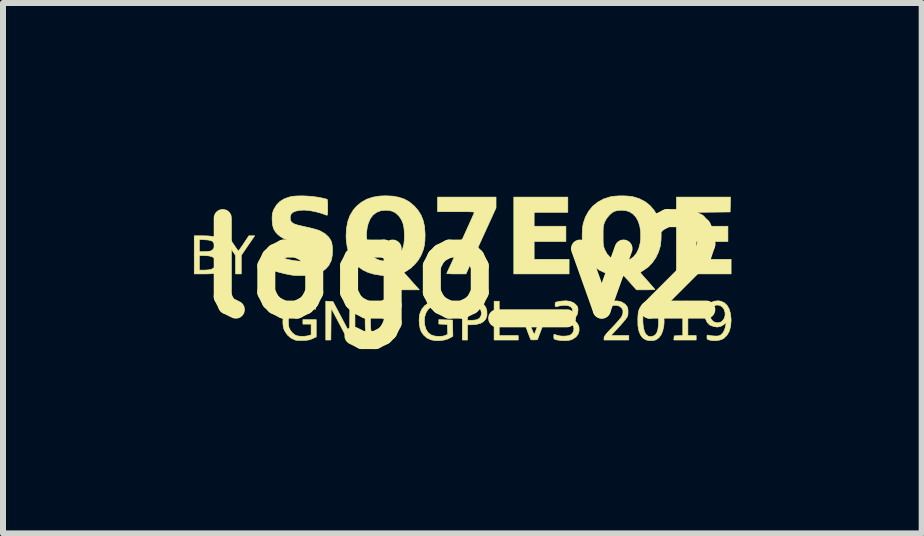
<source format=kicad_pcb>
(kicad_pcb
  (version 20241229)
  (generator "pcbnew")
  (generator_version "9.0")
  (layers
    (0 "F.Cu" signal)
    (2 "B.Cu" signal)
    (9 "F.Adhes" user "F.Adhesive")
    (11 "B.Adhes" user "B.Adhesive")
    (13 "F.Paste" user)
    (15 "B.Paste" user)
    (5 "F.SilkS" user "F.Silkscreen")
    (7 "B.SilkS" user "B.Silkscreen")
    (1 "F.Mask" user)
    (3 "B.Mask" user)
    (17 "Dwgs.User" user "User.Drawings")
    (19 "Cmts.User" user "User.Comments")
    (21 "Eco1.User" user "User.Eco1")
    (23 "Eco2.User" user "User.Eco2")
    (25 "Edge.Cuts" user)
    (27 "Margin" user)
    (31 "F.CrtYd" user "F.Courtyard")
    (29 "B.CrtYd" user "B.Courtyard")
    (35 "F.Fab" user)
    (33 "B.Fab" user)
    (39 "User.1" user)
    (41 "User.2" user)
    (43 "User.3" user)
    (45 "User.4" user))
  (footprint "logo_v2"
    (layer "F.Cu")
    (at 4.652 1.418)
    (property "Reference" "logo_v2" (at 0 0 0) (layer "F.SilkS") (effects (font (size 1.524 1.524) (thickness 0.3))))
    (attr through_hole)
    (fp_poly (pts (xy 0.614 1.122) (xy 0.931 1.122) (xy 0.931 1.196) (xy 0.529 1.196) (xy 0.529 0.55) (xy 0.614 0.55) (xy 0.614 1.122)) (stroke (width 0.01) (type solid)) (fill yes) (layer "F.SilkS"))
    (fp_poly (pts (xy 1.757 -0.931) (xy 1.196 -0.931) (xy 1.196 -0.699) (xy 1.725 -0.699) (xy 1.725 -0.445) (xy 1.196 -0.445) (xy 1.196 -0.148) (xy 1.778 -0.148) (xy 1.778 0.095) (xy 0.857 0.095) (xy 0.857 -1.185) (xy 1.757 -1.185) (xy 1.757 -0.931)) (stroke (width 0.01) (type solid)) (fill yes) (layer "F.SilkS"))
    (fp_poly (pts (xy 4.464 -1.061) (xy 4.461 -0.937) (xy 4.178 -0.934) (xy 3.895 -0.931) (xy 3.895 -0.699) (xy 4.424 -0.699) (xy 4.424 -0.445) (xy 3.895 -0.445) (xy 3.895 -0.148) (xy 4.477 -0.148) (xy 4.477 0.095) (xy 3.567 0.095) (xy 3.567 -1.185) (xy 4.467 -1.185) (xy 4.464 -1.061)) (stroke (width 0.01) (type solid)) (fill yes) (layer "F.SilkS"))
    (fp_poly (pts (xy -2.155 0.556) (xy -2.017 0.817) (xy -1.879 1.078) (xy -1.876 0.814) (xy -1.873 0.55) (xy -1.789 0.55) (xy -1.789 1.197) (xy -1.848 1.194) (xy -1.907 1.191) (xy -2.046 0.928) (xy -2.185 0.666) (xy -2.188 0.931) (xy -2.191 1.196) (xy -2.275 1.196) (xy -2.275 0.549) (xy -2.155 0.556)) (stroke (width 0.01) (type solid)) (fill yes) (layer "F.SilkS"))
    (fp_poly (pts (xy -3.821 -0.413) (xy -3.79 -0.368) (xy -3.764 -0.33) (xy -3.744 -0.302) (xy -3.732 -0.287) (xy -3.731 -0.286) (xy -3.723 -0.294) (xy -3.707 -0.317) (xy -3.683 -0.351) (xy -3.653 -0.394) (xy -3.641 -0.413) (xy -3.556 -0.54) (xy -3.46 -0.54) (xy -3.572 -0.377) (xy -3.683 -0.214) (xy -3.683 0.095) (xy -3.778 0.095) (xy -3.778 -0.213) (xy -3.888 -0.376) (xy -3.998 -0.54) (xy -3.906 -0.54) (xy -3.821 -0.413)) (stroke (width 0.01) (type solid)) (fill yes) (layer "F.SilkS"))
    (fp_poly (pts (xy 3.757 0.55) (xy 3.757 1.122) (xy 3.895 1.122) (xy 3.895 1.196) (xy 3.523 1.196) (xy 3.526 1.162) (xy 3.53 1.127) (xy 3.601 1.124) (xy 3.672 1.121) (xy 3.672 0.878) (xy 3.672 0.809) (xy 3.671 0.747) (xy 3.67 0.697) (xy 3.668 0.659) (xy 3.666 0.639) (xy 3.664 0.635) (xy 3.651 0.638) (xy 3.623 0.643) (xy 3.591 0.65) (xy 3.556 0.656) (xy 3.53 0.659) (xy 3.519 0.658) (xy 3.515 0.645) (xy 3.514 0.62) (xy 3.514 0.619) (xy 3.514 0.585) (xy 3.601 0.568) (xy 3.646 0.559) (xy 3.688 0.553) (xy 3.718 0.55) (xy 3.723 0.55) (xy 3.757 0.55)) (stroke (width 0.01) (type solid)) (fill yes) (layer "F.SilkS"))
    (fp_poly (pts (xy 0.135 0.553) (xy 0.206 0.557) (xy 0.262 0.563) (xy 0.3 0.571) (xy 0.307 0.574) (xy 0.356 0.605) (xy 0.39 0.651) (xy 0.408 0.708) (xy 0.41 0.776) (xy 0.408 0.792) (xy 0.39 0.845) (xy 0.355 0.887) (xy 0.302 0.918) (xy 0.233 0.936) (xy 0.148 0.942) (xy 0.085 0.942) (xy 0.085 1.196) (xy 0 1.196) (xy 0 0.868) (xy 0.085 0.868) (xy 0.155 0.868) (xy 0.202 0.865) (xy 0.243 0.857) (xy 0.259 0.851) (xy 0.293 0.825) (xy 0.313 0.787) (xy 0.319 0.743) (xy 0.308 0.699) (xy 0.287 0.664) (xy 0.27 0.647) (xy 0.254 0.637) (xy 0.232 0.631) (xy 0.199 0.628) (xy 0.17 0.626) (xy 0.085 0.622) (xy 0.085 0.868) (xy 0 0.868) (xy 0 0.548) (xy 0.135 0.553)) (stroke (width 0.01) (type solid)) (fill yes) (layer "F.SilkS"))
    (fp_poly (pts (xy 0.561 -1.005) (xy 0.31 -0.455) (xy 0.06 0.095) (xy -0.103 0.095) (xy -0.158 0.095) (xy -0.205 0.093) (xy -0.24 0.091) (xy -0.258 0.089) (xy -0.261 0.087) (xy -0.255 0.075) (xy -0.241 0.045) (xy -0.221 0.001) (xy -0.194 -0.055) (xy -0.164 -0.122) (xy -0.13 -0.198) (xy -0.093 -0.279) (xy -0.054 -0.363) (xy -0.015 -0.449) (xy 0.024 -0.535) (xy 0.061 -0.617) (xy 0.096 -0.694) (xy 0.127 -0.763) (xy 0.154 -0.823) (xy 0.175 -0.871) (xy 0.19 -0.905) (xy 0.198 -0.922) (xy 0.198 -0.923) (xy 0.199 -0.929) (xy 0.195 -0.933) (xy 0.185 -0.936) (xy 0.166 -0.938) (xy 0.137 -0.94) (xy 0.095 -0.941) (xy 0.037 -0.942) (xy -0.037 -0.942) (xy -0.105 -0.942) (xy -0.413 -0.942) (xy -0.413 -1.185) (xy 0.561 -1.185) (xy 0.561 -1.005)) (stroke (width 0.01) (type solid)) (fill yes) (layer "F.SilkS"))
    (fp_poly (pts (xy 1.413 0.759) (xy 1.405 0.781) (xy 1.39 0.82) (xy 1.371 0.87) (xy 1.349 0.929) (xy 1.325 0.992) (xy 1.324 0.995) (xy 1.251 1.191) (xy 1.198 1.194) (xy 1.166 1.194) (xy 1.145 1.191) (xy 1.139 1.188) (xy 1.134 1.176) (xy 1.123 1.147) (xy 1.106 1.104) (xy 1.086 1.051) (xy 1.063 0.989) (xy 1.055 0.968) (xy 1.031 0.904) (xy 1.009 0.846) (xy 0.991 0.798) (xy 0.977 0.762) (xy 0.969 0.741) (xy 0.968 0.738) (xy 0.966 0.726) (xy 0.977 0.721) (xy 1.003 0.72) (xy 1.045 0.72) (xy 1.12 0.918) (xy 1.146 0.988) (xy 1.167 1.039) (xy 1.182 1.073) (xy 1.192 1.093) (xy 1.199 1.099) (xy 1.203 1.095) (xy 1.209 1.079) (xy 1.221 1.046) (xy 1.238 1.001) (xy 1.259 0.947) (xy 1.276 0.9) (xy 1.342 0.725) (xy 1.385 0.722) (xy 1.429 0.718) (xy 1.413 0.759)) (stroke (width 0.01) (type solid)) (fill yes) (layer "F.SilkS"))
    (fp_poly (pts (xy 2.647 0.56) (xy 2.703 0.593) (xy 2.719 0.608) (xy 2.741 0.634) (xy 2.753 0.659) (xy 2.759 0.694) (xy 2.76 0.707) (xy 2.759 0.766) (xy 2.749 0.806) (xy 2.736 0.826) (xy 2.712 0.858) (xy 2.679 0.898) (xy 2.639 0.944) (xy 2.604 0.983) (xy 2.475 1.122) (xy 2.773 1.122) (xy 2.773 1.196) (xy 2.36 1.196) (xy 2.36 1.163) (xy 2.362 1.149) (xy 2.37 1.133) (xy 2.384 1.112) (xy 2.408 1.083) (xy 2.443 1.044) (xy 2.491 0.994) (xy 2.498 0.986) (xy 2.544 0.938) (xy 2.585 0.892) (xy 2.62 0.852) (xy 2.645 0.82) (xy 2.657 0.802) (xy 2.675 0.75) (xy 2.675 0.703) (xy 2.656 0.664) (xy 2.619 0.634) (xy 2.608 0.629) (xy 2.57 0.618) (xy 2.529 0.617) (xy 2.481 0.626) (xy 2.422 0.647) (xy 2.389 0.661) (xy 2.377 0.663) (xy 2.372 0.653) (xy 2.371 0.627) (xy 2.371 0.626) (xy 2.372 0.601) (xy 2.379 0.586) (xy 2.397 0.576) (xy 2.421 0.567) (xy 2.505 0.547) (xy 2.581 0.545) (xy 2.647 0.56)) (stroke (width 0.01) (type solid)) (fill yes) (layer "F.SilkS"))
    (fp_poly (pts (xy -1.533 0.797) (xy -1.531 0.881) (xy -1.529 0.947) (xy -1.527 0.998) (xy -1.522 1.035) (xy -1.515 1.063) (xy -1.505 1.083) (xy -1.492 1.098) (xy -1.475 1.112) (xy -1.464 1.119) (xy -1.428 1.132) (xy -1.383 1.137) (xy -1.336 1.134) (xy -1.296 1.122) (xy -1.283 1.115) (xy -1.265 1.1) (xy -1.25 1.084) (xy -1.24 1.065) (xy -1.232 1.039) (xy -1.227 1.003) (xy -1.223 0.956) (xy -1.221 0.893) (xy -1.219 0.813) (xy -1.219 0.791) (xy -1.216 0.55) (xy -1.132 0.55) (xy -1.132 0.781) (xy -1.133 0.857) (xy -1.135 0.926) (xy -1.137 0.983) (xy -1.14 1.027) (xy -1.144 1.052) (xy -1.144 1.053) (xy -1.169 1.111) (xy -1.209 1.158) (xy -1.253 1.186) (xy -1.3 1.2) (xy -1.358 1.206) (xy -1.418 1.205) (xy -1.472 1.195) (xy -1.498 1.186) (xy -1.551 1.152) (xy -1.589 1.105) (xy -1.603 1.077) (xy -1.608 1.06) (xy -1.613 1.036) (xy -1.616 1.003) (xy -1.618 0.959) (xy -1.619 0.899) (xy -1.619 0.823) (xy -1.619 0.794) (xy -1.619 0.55) (xy -1.536 0.55) (xy -1.533 0.797)) (stroke (width 0.01) (type solid)) (fill yes) (layer "F.SilkS"))
    (fp_poly (pts (xy -0.336 0.549) (xy -0.328 0.55) (xy -0.284 0.56) (xy -0.243 0.573) (xy -0.22 0.583) (xy -0.194 0.598) (xy -0.183 0.615) (xy -0.18 0.641) (xy -0.18 0.646) (xy -0.181 0.675) (xy -0.188 0.686) (xy -0.203 0.679) (xy -0.219 0.667) (xy -0.267 0.64) (xy -0.327 0.623) (xy -0.393 0.615) (xy -0.456 0.62) (xy -0.479 0.625) (xy -0.532 0.65) (xy -0.576 0.692) (xy -0.608 0.747) (xy -0.628 0.812) (xy -0.633 0.885) (xy -0.625 0.955) (xy -0.603 1.023) (xy -0.568 1.075) (xy -0.52 1.111) (xy -0.458 1.131) (xy -0.392 1.136) (xy -0.327 1.132) (xy -0.283 1.12) (xy -0.277 1.117) (xy -0.243 1.1) (xy -0.249 0.937) (xy -0.32 0.933) (xy -0.392 0.93) (xy -0.392 0.857) (xy -0.164 0.863) (xy -0.158 1.131) (xy -0.188 1.151) (xy -0.24 1.178) (xy -0.306 1.197) (xy -0.379 1.206) (xy -0.453 1.205) (xy -0.521 1.193) (xy -0.529 1.19) (xy -0.592 1.16) (xy -0.645 1.113) (xy -0.685 1.055) (xy -0.704 1.001) (xy -0.716 0.935) (xy -0.72 0.864) (xy -0.715 0.795) (xy -0.705 0.749) (xy -0.675 0.682) (xy -0.629 0.626) (xy -0.57 0.584) (xy -0.5 0.556) (xy -0.421 0.544) (xy -0.336 0.549)) (stroke (width 0.01) (type solid)) (fill yes) (layer "F.SilkS"))
    (fp_poly (pts (xy -4.321 -0.54) (xy -4.243 -0.538) (xy -4.184 -0.533) (xy -4.138 -0.523) (xy -4.105 -0.507) (xy -4.08 -0.485) (xy -4.064 -0.464) (xy -4.046 -0.419) (xy -4.043 -0.371) (xy -4.052 -0.325) (xy -4.074 -0.287) (xy -4.105 -0.264) (xy -4.136 -0.25) (xy -4.091 -0.221) (xy -4.05 -0.184) (xy -4.024 -0.138) (xy -4.015 -0.087) (xy -4.02 -0.035) (xy -4.04 0.013) (xy -4.074 0.053) (xy -4.109 0.074) (xy -4.131 0.083) (xy -4.155 0.088) (xy -4.187 0.092) (xy -4.23 0.094) (xy -4.289 0.095) (xy -4.31 0.095) (xy -4.466 0.095) (xy -4.466 0.032) (xy -4.381 0.032) (xy -4.305 0.032) (xy -4.26 0.03) (xy -4.218 0.026) (xy -4.189 0.021) (xy -4.145 -0.000118) (xy -4.118 -0.033) (xy -4.108 -0.079) (xy -4.109 -0.099) (xy -4.118 -0.14) (xy -4.137 -0.17) (xy -4.168 -0.191) (xy -4.214 -0.204) (xy -4.277 -0.21) (xy -4.315 -0.211) (xy -4.381 -0.212) (xy -4.381 0.032) (xy -4.466 0.032) (xy -4.466 -0.275) (xy -4.381 -0.275) (xy -4.302 -0.275) (xy -4.254 -0.277) (xy -4.211 -0.283) (xy -4.185 -0.29) (xy -4.15 -0.315) (xy -4.132 -0.35) (xy -4.132 -0.396) (xy -4.142 -0.426) (xy -4.16 -0.447) (xy -4.191 -0.461) (xy -4.236 -0.47) (xy -4.286 -0.474) (xy -4.381 -0.479) (xy -4.381 -0.275) (xy -4.466 -0.275) (xy -4.466 -0.54) (xy -4.321 -0.54)) (stroke (width 0.01) (type solid)) (fill yes) (layer "F.SilkS"))
    (fp_poly (pts (xy 3.217 0.558) (xy 3.264 0.583) (xy 3.264 0.583) (xy 3.298 0.622) (xy 3.326 0.677) (xy 3.346 0.744) (xy 3.358 0.819) (xy 3.361 0.898) (xy 3.356 0.958) (xy 3.339 1.04) (xy 3.313 1.105) (xy 3.277 1.154) (xy 3.231 1.189) (xy 3.226 1.192) (xy 3.192 1.202) (xy 3.146 1.206) (xy 3.099 1.203) (xy 3.058 1.194) (xy 3.052 1.191) (xy 3.004 1.159) (xy 2.966 1.109) (xy 2.94 1.041) (xy 2.925 0.957) (xy 2.924 0.893) (xy 3.007 0.893) (xy 3.008 0.912) (xy 3.017 0.994) (xy 3.035 1.059) (xy 3.061 1.105) (xy 3.096 1.132) (xy 3.139 1.14) (xy 3.153 1.138) (xy 3.186 1.128) (xy 3.214 1.11) (xy 3.24 1.074) (xy 3.257 1.023) (xy 3.267 0.955) (xy 3.269 0.868) (xy 3.268 0.848) (xy 3.262 0.767) (xy 3.25 0.705) (xy 3.23 0.66) (xy 3.203 0.631) (xy 3.167 0.617) (xy 3.14 0.614) (xy 3.108 0.618) (xy 3.081 0.633) (xy 3.064 0.649) (xy 3.036 0.687) (xy 3.018 0.74) (xy 3.008 0.807) (xy 3.007 0.893) (xy 2.924 0.893) (xy 2.923 0.856) (xy 2.923 0.844) (xy 2.926 0.788) (xy 2.93 0.747) (xy 2.936 0.716) (xy 2.946 0.687) (xy 2.957 0.663) (xy 2.995 0.605) (xy 3.043 0.566) (xy 3.101 0.545) (xy 3.107 0.545) (xy 3.162 0.544) (xy 3.217 0.558)) (stroke (width 0.01) (type solid)) (fill yes) (layer "F.SilkS"))
    (fp_poly (pts (xy -2.673 0.546) (xy -2.617 0.548) (xy -2.574 0.553) (xy -2.535 0.564) (xy -2.514 0.572) (xy -2.479 0.587) (xy -2.46 0.598) (xy -2.451 0.612) (xy -2.448 0.634) (xy -2.447 0.644) (xy -2.446 0.671) (xy -2.45 0.685) (xy -2.452 0.686) (xy -2.51 0.658) (xy -2.555 0.638) (xy -2.59 0.626) (xy -2.621 0.619) (xy -2.647 0.616) (xy -2.721 0.619) (xy -2.784 0.639) (xy -2.834 0.674) (xy -2.87 0.723) (xy -2.885 0.765) (xy -2.895 0.82) (xy -2.899 0.88) (xy -2.897 0.937) (xy -2.89 0.982) (xy -2.869 1.029) (xy -2.836 1.072) (xy -2.796 1.107) (xy -2.764 1.123) (xy -2.72 1.132) (xy -2.665 1.135) (xy -2.61 1.132) (xy -2.563 1.124) (xy -2.557 1.122) (xy -2.519 1.11) (xy -2.519 0.931) (xy -2.656 0.931) (xy -2.656 0.857) (xy -2.434 0.857) (xy -2.434 1.144) (xy -2.495 1.172) (xy -2.53 1.187) (xy -2.565 1.196) (xy -2.606 1.201) (xy -2.656 1.203) (xy -2.704 1.203) (xy -2.745 1.202) (xy -2.775 1.199) (xy -2.783 1.197) (xy -2.855 1.163) (xy -2.913 1.113) (xy -2.958 1.046) (xy -2.965 1.032) (xy -2.978 0.998) (xy -2.985 0.963) (xy -2.989 0.918) (xy -2.989 0.884) (xy -2.984 0.793) (xy -2.965 0.719) (xy -2.932 0.658) (xy -2.885 0.61) (xy -2.828 0.575) (xy -2.796 0.56) (xy -2.766 0.551) (xy -2.733 0.547) (xy -2.688 0.546) (xy -2.673 0.546)) (stroke (width 0.01) (type solid)) (fill yes) (layer "F.SilkS"))
    (fp_poly (pts (xy 4.308 0.55) (xy 4.364 0.576) (xy 4.41 0.619) (xy 4.444 0.679) (xy 4.466 0.754) (xy 4.476 0.843) (xy 4.477 0.869) (xy 4.469 0.965) (xy 4.448 1.046) (xy 4.412 1.111) (xy 4.362 1.162) (xy 4.33 1.182) (xy 4.283 1.198) (xy 4.225 1.206) (xy 4.164 1.205) (xy 4.109 1.195) (xy 4.086 1.185) (xy 4.076 1.17) (xy 4.075 1.147) (xy 4.076 1.122) (xy 4.082 1.114) (xy 4.098 1.116) (xy 4.098 1.116) (xy 4.121 1.121) (xy 4.157 1.126) (xy 4.196 1.129) (xy 4.239 1.13) (xy 4.269 1.127) (xy 4.292 1.119) (xy 4.305 1.112) (xy 4.339 1.08) (xy 4.366 1.031) (xy 4.385 0.97) (xy 4.388 0.952) (xy 4.396 0.905) (xy 4.361 0.934) (xy 4.332 0.954) (xy 4.304 0.968) (xy 4.299 0.969) (xy 4.273 0.975) (xy 4.259 0.979) (xy 4.235 0.979) (xy 4.2 0.973) (xy 4.161 0.962) (xy 4.128 0.949) (xy 4.116 0.941) (xy 4.079 0.903) (xy 4.054 0.851) (xy 4.041 0.792) (xy 4.041 0.763) (xy 4.128 0.763) (xy 4.132 0.811) (xy 4.144 0.847) (xy 4.173 0.882) (xy 4.213 0.904) (xy 4.258 0.91) (xy 4.302 0.899) (xy 4.328 0.883) (xy 4.359 0.843) (xy 4.376 0.794) (xy 4.377 0.742) (xy 4.363 0.691) (xy 4.334 0.648) (xy 4.293 0.621) (xy 4.248 0.612) (xy 4.205 0.62) (xy 4.166 0.646) (xy 4.143 0.677) (xy 4.132 0.716) (xy 4.128 0.763) (xy 4.041 0.763) (xy 4.042 0.729) (xy 4.056 0.669) (xy 4.064 0.651) (xy 4.098 0.604) (xy 4.146 0.569) (xy 4.203 0.548) (xy 4.266 0.543) (xy 4.308 0.55)) (stroke (width 0.01) (type solid)) (fill yes) (layer "F.SilkS"))
    (fp_poly (pts (xy 1.795 0.552) (xy 1.852 0.576) (xy 1.886 0.603) (xy 1.91 0.63) (xy 1.922 0.652) (xy 1.926 0.682) (xy 1.926 0.698) (xy 1.919 0.756) (xy 1.898 0.8) (xy 1.862 0.831) (xy 1.856 0.834) (xy 1.832 0.847) (xy 1.825 0.854) (xy 1.834 0.858) (xy 1.844 0.861) (xy 1.874 0.877) (xy 1.904 0.906) (xy 1.929 0.943) (xy 1.943 0.979) (xy 1.943 0.979) (xy 1.945 1.042) (xy 1.928 1.098) (xy 1.892 1.145) (xy 1.84 1.18) (xy 1.839 1.181) (xy 1.803 1.195) (xy 1.769 1.202) (xy 1.727 1.205) (xy 1.699 1.205) (xy 1.651 1.203) (xy 1.606 1.199) (xy 1.571 1.194) (xy 1.569 1.193) (xy 1.541 1.185) (xy 1.528 1.175) (xy 1.524 1.155) (xy 1.524 1.141) (xy 1.525 1.116) (xy 1.527 1.101) (xy 1.528 1.101) (xy 1.539 1.104) (xy 1.564 1.112) (xy 1.577 1.117) (xy 1.625 1.128) (xy 1.681 1.132) (xy 1.736 1.129) (xy 1.782 1.12) (xy 1.796 1.115) (xy 1.831 1.088) (xy 1.852 1.05) (xy 1.859 1.008) (xy 1.851 0.967) (xy 1.828 0.934) (xy 1.789 0.907) (xy 1.74 0.893) (xy 1.687 0.889) (xy 1.628 0.889) (xy 1.632 0.855) (xy 1.635 0.82) (xy 1.711 0.815) (xy 1.769 0.807) (xy 1.809 0.79) (xy 1.832 0.764) (xy 1.841 0.727) (xy 1.841 0.717) (xy 1.832 0.675) (xy 1.807 0.644) (xy 1.766 0.624) (xy 1.711 0.616) (xy 1.646 0.622) (xy 1.634 0.625) (xy 1.598 0.632) (xy 1.57 0.639) (xy 1.559 0.643) (xy 1.55 0.637) (xy 1.546 0.619) (xy 1.545 0.596) (xy 1.549 0.575) (xy 1.555 0.567) (xy 1.569 0.563) (xy 1.598 0.557) (xy 1.637 0.55) (xy 1.643 0.549) (xy 1.726 0.543) (xy 1.795 0.552)) (stroke (width 0.01) (type solid)) (fill yes) (layer "F.SilkS"))
    (fp_poly (pts (xy -1.163 -1.201) (xy -1.058 -1.182) (xy -0.966 -1.151) (xy -0.884 -1.105) (xy -0.809 -1.043) (xy -0.798 -1.033) (xy -0.735 -0.96) (xy -0.687 -0.882) (xy -0.653 -0.796) (xy -0.631 -0.699) (xy -0.622 -0.587) (xy -0.621 -0.545) (xy -0.624 -0.456) (xy -0.633 -0.38) (xy -0.65 -0.31) (xy -0.677 -0.24) (xy -0.694 -0.203) (xy -0.737 -0.132) (xy -0.794 -0.063) (xy -0.858 -0.003) (xy -0.919 0.039) (xy -0.975 0.071) (xy -0.872 0.186) (xy -0.833 0.23) (xy -0.797 0.27) (xy -0.767 0.304) (xy -0.746 0.326) (xy -0.742 0.331) (xy -0.716 0.36) (xy -1.033 0.36) (xy -1.238 0.13) (xy -1.354 0.118) (xy -1.469 0.1) (xy -1.569 0.071) (xy -1.656 0.03) (xy -1.732 -0.025) (xy -1.779 -0.072) (xy -1.842 -0.155) (xy -1.889 -0.25) (xy -1.919 -0.357) (xy -1.935 -0.478) (xy -1.935 -0.503) (xy -1.597 -0.503) (xy -1.586 -0.413) (xy -1.565 -0.331) (xy -1.535 -0.259) (xy -1.495 -0.201) (xy -1.471 -0.178) (xy -1.417 -0.146) (xy -1.351 -0.125) (xy -1.279 -0.117) (xy -1.208 -0.123) (xy -1.173 -0.133) (xy -1.11 -0.164) (xy -1.057 -0.213) (xy -1.019 -0.272) (xy -0.992 -0.333) (xy -0.974 -0.399) (xy -0.966 -0.475) (xy -0.965 -0.565) (xy -0.966 -0.585) (xy -0.972 -0.669) (xy -0.986 -0.738) (xy -1.008 -0.795) (xy -1.039 -0.846) (xy -1.064 -0.877) (xy -1.112 -0.921) (xy -1.164 -0.949) (xy -1.226 -0.963) (xy -1.275 -0.966) (xy -1.357 -0.958) (xy -1.428 -0.931) (xy -1.486 -0.888) (xy -1.533 -0.827) (xy -1.567 -0.748) (xy -1.583 -0.689) (xy -1.596 -0.596) (xy -1.597 -0.503) (xy -1.935 -0.503) (xy -1.937 -0.542) (xy -1.929 -0.669) (xy -1.907 -0.782) (xy -1.87 -0.882) (xy -1.816 -0.97) (xy -1.763 -1.032) (xy -1.683 -1.098) (xy -1.593 -1.149) (xy -1.492 -1.183) (xy -1.378 -1.202) (xy -1.283 -1.206) (xy -1.163 -1.201)) (stroke (width 0.01) (type solid)) (fill yes) (layer "F.SilkS"))
    (fp_poly (pts (xy 2.776 -1.2) (xy 2.841 -1.191) (xy 2.842 -1.191) (xy 2.949 -1.158) (xy 3.045 -1.108) (xy 3.128 -1.042) (xy 3.197 -0.961) (xy 3.251 -0.868) (xy 3.289 -0.762) (xy 3.296 -0.728) (xy 3.307 -0.651) (xy 3.312 -0.565) (xy 3.31 -0.477) (xy 3.302 -0.397) (xy 3.297 -0.365) (xy 3.267 -0.268) (xy 3.223 -0.176) (xy 3.165 -0.092) (xy 3.098 -0.022) (xy 3.022 0.032) (xy 3.021 0.033) (xy 2.991 0.051) (xy 2.97 0.064) (xy 2.963 0.071) (xy 2.97 0.08) (xy 2.989 0.103) (xy 3.017 0.135) (xy 3.052 0.176) (xy 3.085 0.212) (xy 3.125 0.257) (xy 3.159 0.296) (xy 3.186 0.327) (xy 3.202 0.347) (xy 3.207 0.354) (xy 3.197 0.356) (xy 3.169 0.358) (xy 3.128 0.359) (xy 3.077 0.36) (xy 3.054 0.36) (xy 2.901 0.36) (xy 2.798 0.244) (xy 2.695 0.129) (xy 2.604 0.121) (xy 2.483 0.105) (xy 2.377 0.076) (xy 2.285 0.034) (xy 2.205 -0.022) (xy 2.169 -0.056) (xy 2.108 -0.129) (xy 2.058 -0.217) (xy 2.021 -0.316) (xy 2.014 -0.339) (xy 2.004 -0.396) (xy 1.998 -0.467) (xy 1.996 -0.54) (xy 2.345 -0.54) (xy 2.345 -0.475) (xy 2.346 -0.426) (xy 2.349 -0.391) (xy 2.354 -0.362) (xy 2.361 -0.338) (xy 2.368 -0.317) (xy 2.408 -0.241) (xy 2.461 -0.182) (xy 2.526 -0.14) (xy 2.561 -0.126) (xy 2.599 -0.119) (xy 2.649 -0.119) (xy 2.702 -0.124) (xy 2.752 -0.133) (xy 2.789 -0.146) (xy 2.79 -0.146) (xy 2.852 -0.189) (xy 2.901 -0.249) (xy 2.938 -0.325) (xy 2.962 -0.416) (xy 2.971 -0.493) (xy 2.971 -0.6) (xy 2.957 -0.697) (xy 2.931 -0.78) (xy 2.892 -0.85) (xy 2.841 -0.905) (xy 2.781 -0.942) (xy 2.721 -0.96) (xy 2.653 -0.966) (xy 2.586 -0.962) (xy 2.532 -0.947) (xy 2.488 -0.921) (xy 2.443 -0.879) (xy 2.403 -0.828) (xy 2.372 -0.773) (xy 2.369 -0.764) (xy 2.359 -0.738) (xy 2.353 -0.713) (xy 2.348 -0.684) (xy 2.346 -0.647) (xy 2.345 -0.597) (xy 2.345 -0.54) (xy 1.996 -0.54) (xy 1.996 -0.544) (xy 1.999 -0.622) (xy 2.005 -0.693) (xy 2.014 -0.745) (xy 2.051 -0.854) (xy 2.105 -0.951) (xy 2.173 -1.034) (xy 2.256 -1.101) (xy 2.352 -1.153) (xy 2.461 -1.188) (xy 2.472 -1.191) (xy 2.537 -1.2) (xy 2.615 -1.205) (xy 2.697 -1.205) (xy 2.776 -1.2)) (stroke (width 0.01) (type solid)) (fill yes) (layer "F.SilkS"))
    (fp_poly (pts (xy -2.574 -1.201) (xy -2.489 -1.194) (xy -2.411 -1.183) (xy -2.366 -1.175) (xy -2.321 -1.165) (xy -2.284 -1.156) (xy -2.259 -1.15) (xy -2.252 -1.147) (xy -2.249 -1.135) (xy -2.246 -1.106) (xy -2.244 -1.064) (xy -2.244 -1.014) (xy -2.244 -1.009) (xy -2.244 -0.952) (xy -2.246 -0.913) (xy -2.249 -0.891) (xy -2.254 -0.882) (xy -2.257 -0.882) (xy -2.351 -0.916) (xy -2.448 -0.942) (xy -2.542 -0.96) (xy -2.63 -0.968) (xy -2.705 -0.965) (xy -2.712 -0.964) (xy -2.776 -0.951) (xy -2.822 -0.932) (xy -2.851 -0.905) (xy -2.865 -0.868) (xy -2.868 -0.838) (xy -2.864 -0.801) (xy -2.849 -0.772) (xy -2.821 -0.748) (xy -2.778 -0.729) (xy -2.717 -0.712) (xy -2.703 -0.709) (xy -2.618 -0.69) (xy -2.551 -0.675) (xy -2.498 -0.662) (xy -2.457 -0.651) (xy -2.425 -0.642) (xy -2.399 -0.633) (xy -2.376 -0.624) (xy -2.355 -0.614) (xy -2.282 -0.57) (xy -2.225 -0.516) (xy -2.187 -0.456) (xy -2.173 -0.41) (xy -2.165 -0.351) (xy -2.163 -0.285) (xy -2.167 -0.218) (xy -2.177 -0.157) (xy -2.189 -0.116) (xy -2.228 -0.042) (xy -2.282 0.017) (xy -2.351 0.063) (xy -2.438 0.097) (xy -2.451 0.101) (xy -2.499 0.11) (xy -2.562 0.117) (xy -2.633 0.121) (xy -2.706 0.122) (xy -2.774 0.121) (xy -2.831 0.116) (xy -2.876 0.108) (xy -2.933 0.097) (xy -2.993 0.083) (xy -3.052 0.068) (xy -3.102 0.054) (xy -3.135 0.043) (xy -3.164 0.032) (xy -3.164 -0.106) (xy -3.164 -0.157) (xy -3.163 -0.199) (xy -3.162 -0.229) (xy -3.161 -0.243) (xy -3.161 -0.243) (xy -3.15 -0.239) (xy -3.125 -0.228) (xy -3.09 -0.213) (xy -3.078 -0.207) (xy -2.989 -0.171) (xy -2.899 -0.144) (xy -2.811 -0.127) (xy -2.728 -0.118) (xy -2.653 -0.12) (xy -2.588 -0.131) (xy -2.536 -0.152) (xy -2.51 -0.173) (xy -2.485 -0.213) (xy -2.479 -0.257) (xy -2.489 -0.301) (xy -2.514 -0.34) (xy -2.554 -0.368) (xy -2.581 -0.378) (xy -2.623 -0.391) (xy -2.675 -0.406) (xy -2.732 -0.42) (xy -2.746 -0.423) (xy -2.841 -0.447) (xy -2.918 -0.472) (xy -2.98 -0.498) (xy -3.03 -0.527) (xy -3.072 -0.56) (xy -3.116 -0.608) (xy -3.145 -0.66) (xy -3.162 -0.722) (xy -3.168 -0.798) (xy -3.169 -0.815) (xy -3.168 -0.866) (xy -3.165 -0.903) (xy -3.157 -0.935) (xy -3.145 -0.967) (xy -3.139 -0.982) (xy -3.095 -1.054) (xy -3.038 -1.112) (xy -2.964 -1.157) (xy -2.874 -1.188) (xy -2.86 -1.192) (xy -2.807 -1.2) (xy -2.737 -1.204) (xy -2.658 -1.205) (xy -2.574 -1.201)) (stroke (width 0.01) (type solid)) (fill yes) (layer "F.SilkS")))
  (gr_rect
    (start -3 -3)
    (end 12.304 5.836)
    (stroke (width 0.1) (type default))
    (fill no)
    (layer "Edge.Cuts")))
</source>
